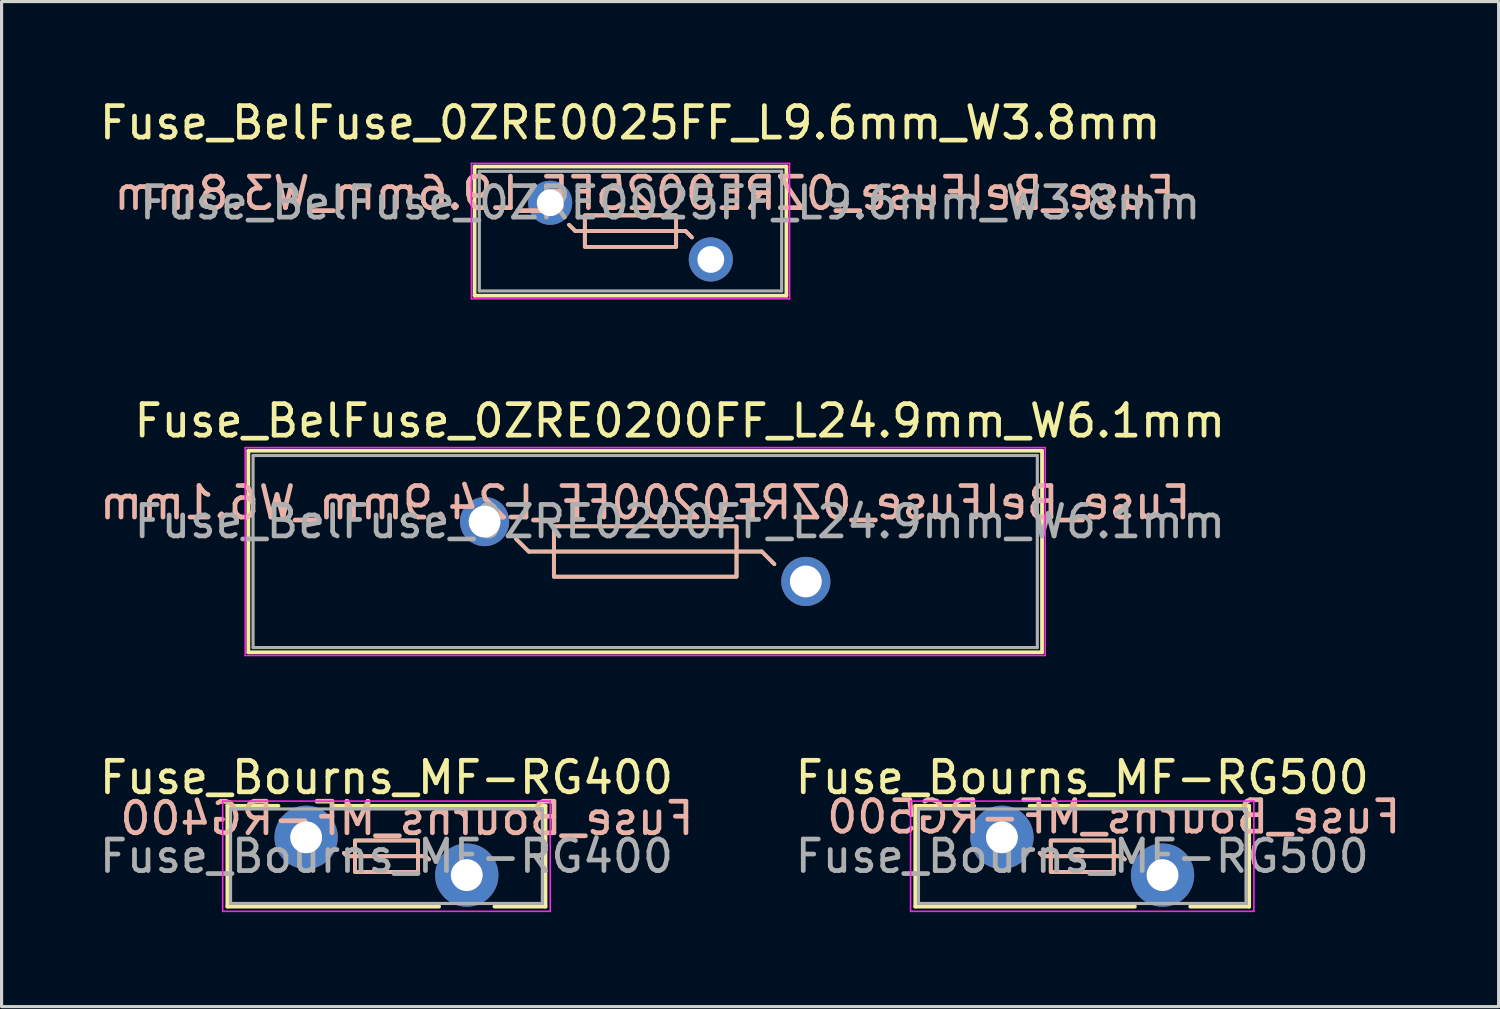
<source format=kicad_pcb>
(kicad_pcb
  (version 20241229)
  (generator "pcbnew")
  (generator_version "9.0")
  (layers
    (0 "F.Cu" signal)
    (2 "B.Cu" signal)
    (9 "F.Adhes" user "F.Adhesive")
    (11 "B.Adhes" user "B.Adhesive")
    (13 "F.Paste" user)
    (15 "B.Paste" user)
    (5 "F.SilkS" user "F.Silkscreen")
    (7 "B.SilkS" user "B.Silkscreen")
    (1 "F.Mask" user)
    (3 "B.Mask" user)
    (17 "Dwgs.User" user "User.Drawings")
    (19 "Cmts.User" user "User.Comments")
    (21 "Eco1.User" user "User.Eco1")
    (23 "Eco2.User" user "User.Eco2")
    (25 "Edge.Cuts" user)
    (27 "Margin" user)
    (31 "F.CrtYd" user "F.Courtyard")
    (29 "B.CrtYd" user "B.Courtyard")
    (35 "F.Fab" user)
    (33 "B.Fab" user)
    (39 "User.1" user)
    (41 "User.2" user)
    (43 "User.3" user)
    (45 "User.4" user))
  (footprint "Fuse_Bourns_MF-RG400"
    (layer "F.Cu")
    (at 6.67 23.535)
    (property "Reference" "Fuse_Bourns_MF-RG400" (at 2.55 -1.9 0) (layer "F.SilkS") (effects (font (size 1 1) (thickness 0.15))))
    (fp_line (start -2.501 -1) (end -2.501 2.2) (stroke (width 0.12) (type solid)) (layer "F.SilkS"))
    (fp_line (start -2.501 -1) (end -0.879 -1) (stroke (width 0.12) (type solid)) (layer "F.SilkS"))
    (fp_line (start -2.501 2.2) (end 4.222 2.2) (stroke (width 0.12) (type solid)) (layer "F.SilkS"))
    (fp_line (start 0.879 -1) (end 7.6 -1) (stroke (width 0.12) (type solid)) (layer "F.SilkS"))
    (fp_line (start 1.3 0.6) (end 1.2 0.5) (stroke (width 0.12) (type solid)) (layer "F.SilkS"))
    (fp_line (start 3.8 0.6) (end 1.3 0.6) (stroke (width 0.12) (type solid)) (layer "F.SilkS"))
    (fp_line (start 3.8 0.6) (end 3.9 0.7) (stroke (width 0.12) (type solid)) (layer "F.SilkS"))
    (fp_line (start 5.979 2.2) (end 7.6 2.2) (stroke (width 0.12) (type solid)) (layer "F.SilkS"))
    (fp_line (start 7.6 -1) (end 7.6 2.2) (stroke (width 0.12) (type solid)) (layer "F.SilkS"))
    (fp_rect (start 1.55 0.1) (end 3.55 1.1) (stroke (width 0.12) (type solid)) (fill no) (layer "F.SilkS"))
    (fp_line (start 1.2 0.5) (end 1.3 0.6) (stroke (width 0.12) (type solid)) (layer "B.SilkS"))
    (fp_line (start 1.3 0.6) (end 3.8 0.6) (stroke (width 0.12) (type solid)) (layer "B.SilkS"))
    (fp_line (start 3.8 0.6) (end 3.9 0.7) (stroke (width 0.12) (type solid)) (layer "B.SilkS"))
    (fp_rect (start 1.55 0.1) (end 3.55 1.1) (stroke (width 0.12) (type solid)) (fill no) (layer "B.SilkS"))
    (fp_line (start -2.65 -1.15) (end -2.65 2.35) (stroke (width 0.05) (type solid)) (layer "F.CrtYd"))
    (fp_line (start -2.65 2.35) (end 7.75 2.35) (stroke (width 0.05) (type solid)) (layer "F.CrtYd"))
    (fp_line (start 7.75 -1.15) (end -2.65 -1.15) (stroke (width 0.05) (type solid)) (layer "F.CrtYd"))
    (fp_line (start 7.75 2.35) (end 7.75 -1.15) (stroke (width 0.05) (type solid)) (layer "F.CrtYd"))
    (fp_line (start -2.4 -0.9) (end -2.4 2.1) (stroke (width 0.1) (type solid)) (layer "F.Fab"))
    (fp_line (start -2.4 2.1) (end 7.5 2.1) (stroke (width 0.1) (type solid)) (layer "F.Fab"))
    (fp_line (start 7.5 -0.9) (end -2.4 -0.9) (stroke (width 0.1) (type solid)) (layer "F.Fab"))
    (fp_line (start 7.5 2.1) (end 7.5 -0.9) (stroke (width 0.1) (type solid)) (layer "F.Fab"))
    (fp_text user "${REFERENCE}" (at 3.2 -0.6 0) (layer "B.SilkS") (effects (font (size 1 1) (thickness 0.15)) (justify mirror)))
    (fp_text user "${REFERENCE}" (at 2.55 0.6 0) (layer "F.Fab") (effects (font (size 1 1) (thickness 0.15))))
    (pad "1" thru_hole circle (at 0 0) (size 2.01 2.01) (drill 1.01) (layers "*.Cu" "*.Mask"))
    (pad "2" thru_hole circle (at 5.1 1.2) (size 2.01 2.01) (drill 1.01) (layers "*.Cu" "*.Mask")))
  (footprint "Fuse_Bourns_MF-RG500"
    (layer "F.Cu")
    (at 28.761 23.535)
    (property "Reference" "Fuse_Bourns_MF-RG500" (at 2.55 -1.9 0) (layer "F.SilkS") (effects (font (size 1 1) (thickness 0.15))))
    (fp_line (start -2.751 -1) (end -2.751 2.2) (stroke (width 0.12) (type solid)) (layer "F.SilkS"))
    (fp_line (start -2.751 -1) (end -0.879 -1) (stroke (width 0.12) (type solid)) (layer "F.SilkS"))
    (fp_line (start -2.751 2.2) (end 4.222 2.2) (stroke (width 0.12) (type solid)) (layer "F.SilkS"))
    (fp_line (start 0.879 -1) (end 7.85 -1) (stroke (width 0.12) (type solid)) (layer "F.SilkS"))
    (fp_line (start 1.3 0.6) (end 1.2 0.5) (stroke (width 0.12) (type solid)) (layer "F.SilkS"))
    (fp_line (start 3.8 0.6) (end 1.3 0.6) (stroke (width 0.12) (type solid)) (layer "F.SilkS"))
    (fp_line (start 3.8 0.6) (end 3.9 0.7) (stroke (width 0.12) (type solid)) (layer "F.SilkS"))
    (fp_line (start 5.979 2.2) (end 7.85 2.2) (stroke (width 0.12) (type solid)) (layer "F.SilkS"))
    (fp_line (start 7.85 -1) (end 7.85 2.2) (stroke (width 0.12) (type solid)) (layer "F.SilkS"))
    (fp_rect (start 1.55 0.1) (end 3.55 1.1) (stroke (width 0.12) (type solid)) (fill no) (layer "F.SilkS"))
    (fp_line (start 1.2 0.5) (end 1.3 0.6) (stroke (width 0.12) (type solid)) (layer "B.SilkS"))
    (fp_line (start 1.3 0.6) (end 3.8 0.6) (stroke (width 0.12) (type solid)) (layer "B.SilkS"))
    (fp_line (start 3.8 0.6) (end 3.9 0.7) (stroke (width 0.12) (type solid)) (layer "B.SilkS"))
    (fp_rect (start 1.55 0.1) (end 3.55 1.1) (stroke (width 0.12) (type solid)) (fill no) (layer "B.SilkS"))
    (fp_line (start -2.9 -1.15) (end -2.9 2.35) (stroke (width 0.05) (type solid)) (layer "F.CrtYd"))
    (fp_line (start -2.9 2.35) (end 8 2.35) (stroke (width 0.05) (type solid)) (layer "F.CrtYd"))
    (fp_line (start 8 -1.15) (end -2.9 -1.15) (stroke (width 0.05) (type solid)) (layer "F.CrtYd"))
    (fp_line (start 8 2.35) (end 8 -1.15) (stroke (width 0.05) (type solid)) (layer "F.CrtYd"))
    (fp_line (start -2.65 -0.9) (end -2.65 2.1) (stroke (width 0.1) (type solid)) (layer "F.Fab"))
    (fp_line (start -2.65 2.1) (end 7.75 2.1) (stroke (width 0.1) (type solid)) (layer "F.Fab"))
    (fp_line (start 7.75 -0.9) (end -2.65 -0.9) (stroke (width 0.1) (type solid)) (layer "F.Fab"))
    (fp_line (start 7.75 2.1) (end 7.75 -0.9) (stroke (width 0.1) (type solid)) (layer "F.Fab"))
    (fp_text user "${REFERENCE}" (at 3.55 -0.65 0) (layer "B.SilkS") (effects (font (size 1 1) (thickness 0.15)) (justify mirror)))
    (fp_text user "${REFERENCE}" (at 2.55 0.6 0) (layer "F.Fab") (effects (font (size 1 1) (thickness 0.15))))
    (pad "1" thru_hole circle (at 0 0) (size 2.01 2.01) (drill 1.01) (layers "*.Cu" "*.Mask"))
    (pad "2" thru_hole circle (at 5.1 1.2) (size 2.01 2.01) (drill 1.01) (layers "*.Cu" "*.Mask")))
  (footprint "Fuse_BelFuse_0ZRE0025FF_L9.6mm_W3.8mm"
    (layer "F.Cu")
    (at 14.418 3.388)
    (property "Reference" "Fuse_BelFuse_0ZRE0025FF_L9.6mm_W3.8mm" (at 2.54 -2.54 0) (layer "F.SilkS") (effects (font (size 1 1) (thickness 0.15))))
    (fp_line (start -2.4 -1.15) (end -2.4 2.95) (stroke (width 0.12) (type solid)) (layer "F.SilkS"))
    (fp_line (start -2.4 -1.15) (end 7.5 -1.15) (stroke (width 0.12) (type solid)) (layer "F.SilkS"))
    (fp_line (start -2.4 2.95) (end 7.5 2.95) (stroke (width 0.12) (type solid)) (layer "F.SilkS"))
    (fp_line (start 0.8 0.9) (end 0.6 0.7) (stroke (width 0.12) (type solid)) (layer "F.SilkS"))
    (fp_line (start 0.8 0.9) (end 4.3 0.9) (stroke (width 0.12) (type solid)) (layer "F.SilkS"))
    (fp_line (start 4.3 0.9) (end 4.5 1.1) (stroke (width 0.12) (type solid)) (layer "F.SilkS"))
    (fp_line (start 7.5 -1.15) (end 7.5 2.95) (stroke (width 0.12) (type solid)) (layer "F.SilkS"))
    (fp_rect (start 1.1 0.4) (end 4 1.4) (stroke (width 0.12) (type solid)) (fill no) (layer "F.SilkS"))
    (fp_line (start 0.8 0.9) (end 0.6 0.7) (stroke (width 0.12) (type solid)) (layer "B.SilkS"))
    (fp_line (start 4.3 0.9) (end 0.8 0.9) (stroke (width 0.12) (type solid)) (layer "B.SilkS"))
    (fp_line (start 4.5 1.1) (end 4.3 0.9) (stroke (width 0.12) (type solid)) (layer "B.SilkS"))
    (fp_rect (start 1.1 0.4) (end 4 1.4) (stroke (width 0.12) (type solid)) (fill no) (layer "B.SilkS"))
    (fp_line (start -2.5 -1.25) (end -2.5 3.05) (stroke (width 0.05) (type solid)) (layer "F.CrtYd"))
    (fp_line (start -2.5 -1.25) (end 7.6 -1.25) (stroke (width 0.05) (type solid)) (layer "F.CrtYd"))
    (fp_line (start -2.5 3.05) (end 7.6 3.05) (stroke (width 0.05) (type solid)) (layer "F.CrtYd"))
    (fp_line (start 7.6 -1.25) (end 7.6 3.05) (stroke (width 0.05) (type solid)) (layer "F.CrtYd"))
    (fp_line (start -2.25 -1) (end -2.25 2.8) (stroke (width 0.1) (type solid)) (layer "F.Fab"))
    (fp_line (start -2.25 -1) (end 7.35 -1) (stroke (width 0.1) (type solid)) (layer "F.Fab"))
    (fp_line (start -2.25 2.8) (end 7.35 2.8) (stroke (width 0.1) (type solid)) (layer "F.Fab"))
    (fp_line (start 7.35 -1) (end 7.35 2.8) (stroke (width 0.1) (type solid)) (layer "F.Fab"))
    (fp_text user "${REFERENCE}" (at 3 -0.3 0) (layer "B.SilkS") (effects (font (size 1 1) (thickness 0.15)) (justify mirror)))
    (fp_text user "${REFERENCE}" (at 3.81 0 0) (layer "F.Fab") (effects (font (size 1 1) (thickness 0.15))))
    (pad "1" thru_hole circle (at 0 0) (size 1.4 1.4) (drill 0.85) (layers "*.Cu" "*.Mask"))
    (pad "2" thru_hole circle (at 5.1 1.8) (size 1.4 1.4) (drill 0.85) (layers "*.Cu" "*.Mask")))
  (footprint "Fuse_BelFuse_0ZRE0200FF_L24.9mm_W6.1mm"
    (layer "F.Cu")
    (at 12.335 13.511)
    (property "Reference" "Fuse_BelFuse_0ZRE0200FF_L24.9mm_W6.1mm" (at 6.2 -3.2 0) (layer "F.SilkS") (effects (font (size 1 1) (thickness 0.15))))
    (fp_line (start -7.5 -2.25) (end -7.5 4.15) (stroke (width 0.12) (type solid)) (layer "F.SilkS"))
    (fp_line (start -7.5 -2.25) (end 17.7 -2.25) (stroke (width 0.12) (type solid)) (layer "F.SilkS"))
    (fp_line (start -7.5 4.15) (end 17.7 4.15) (stroke (width 0.12) (type solid)) (layer "F.SilkS"))
    (fp_line (start 1.4 0.95) (end 1 0.55) (stroke (width 0.12) (type solid)) (layer "F.SilkS"))
    (fp_line (start 1.4 0.95) (end 8.8 0.95) (stroke (width 0.12) (type solid)) (layer "F.SilkS"))
    (fp_line (start 8.8 0.95) (end 9.2 1.35) (stroke (width 0.12) (type solid)) (layer "F.SilkS"))
    (fp_line (start 17.7 -2.25) (end 17.7 4.15) (stroke (width 0.12) (type solid)) (layer "F.SilkS"))
    (fp_rect (start 2.2 0.15) (end 8 1.75) (stroke (width 0.12) (type solid)) (fill no) (layer "F.SilkS"))
    (fp_line (start 1.4 0.95) (end 1 0.55) (stroke (width 0.12) (type solid)) (layer "B.SilkS"))
    (fp_line (start 8.8 0.95) (end 1.4 0.95) (stroke (width 0.12) (type solid)) (layer "B.SilkS"))
    (fp_line (start 9.2 1.35) (end 8.8 0.95) (stroke (width 0.12) (type solid)) (layer "B.SilkS"))
    (fp_rect (start 2.2 0.15) (end 8 1.75) (stroke (width 0.12) (type solid)) (fill no) (layer "B.SilkS"))
    (fp_line (start -7.6 -2.35) (end -7.6 4.25) (stroke (width 0.05) (type solid)) (layer "F.CrtYd"))
    (fp_line (start -7.6 -2.35) (end 17.8 -2.35) (stroke (width 0.05) (type solid)) (layer "F.CrtYd"))
    (fp_line (start -7.6 4.25) (end 17.8 4.25) (stroke (width 0.05) (type solid)) (layer "F.CrtYd"))
    (fp_line (start 17.8 -2.35) (end 17.8 4.25) (stroke (width 0.05) (type solid)) (layer "F.CrtYd"))
    (fp_line (start -7.35 -2.1) (end -7.35 4) (stroke (width 0.1) (type solid)) (layer "F.Fab"))
    (fp_line (start -7.35 -2.1) (end 17.55 -2.1) (stroke (width 0.1) (type solid)) (layer "F.Fab"))
    (fp_line (start -7.35 4) (end 17.55 4) (stroke (width 0.1) (type solid)) (layer "F.Fab"))
    (fp_line (start 17.55 -2.1) (end 17.55 4) (stroke (width 0.1) (type solid)) (layer "F.Fab"))
    (fp_text user "${REFERENCE}" (at 5.1 -0.6 0) (layer "B.SilkS") (effects (font (size 1 1) (thickness 0.15)) (justify mirror)))
    (fp_text user "${REFERENCE}" (at 6.2 0 0) (layer "F.Fab") (effects (font (size 1 1) (thickness 0.15))))
    (pad "1" thru_hole circle (at 0 0) (size 1.56 1.56) (drill 1.01) (layers "*.Cu" "*.Mask"))
    (pad "2" thru_hole circle (at 10.2 1.9) (size 1.56 1.56) (drill 1.01) (layers "*.Cu" "*.Mask")))
  (gr_rect
    (start -3 -3)
    (end 44.531 28.91)
    (stroke (width 0.1) (type default))
    (fill no)
    (layer "Edge.Cuts")))
</source>
